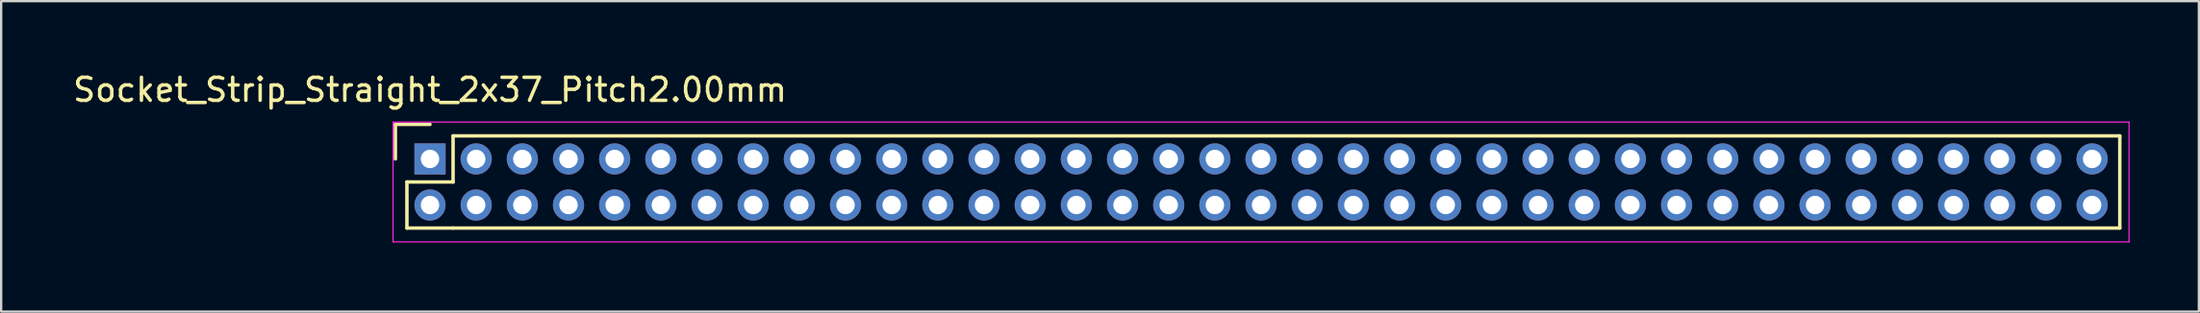
<source format=kicad_pcb>
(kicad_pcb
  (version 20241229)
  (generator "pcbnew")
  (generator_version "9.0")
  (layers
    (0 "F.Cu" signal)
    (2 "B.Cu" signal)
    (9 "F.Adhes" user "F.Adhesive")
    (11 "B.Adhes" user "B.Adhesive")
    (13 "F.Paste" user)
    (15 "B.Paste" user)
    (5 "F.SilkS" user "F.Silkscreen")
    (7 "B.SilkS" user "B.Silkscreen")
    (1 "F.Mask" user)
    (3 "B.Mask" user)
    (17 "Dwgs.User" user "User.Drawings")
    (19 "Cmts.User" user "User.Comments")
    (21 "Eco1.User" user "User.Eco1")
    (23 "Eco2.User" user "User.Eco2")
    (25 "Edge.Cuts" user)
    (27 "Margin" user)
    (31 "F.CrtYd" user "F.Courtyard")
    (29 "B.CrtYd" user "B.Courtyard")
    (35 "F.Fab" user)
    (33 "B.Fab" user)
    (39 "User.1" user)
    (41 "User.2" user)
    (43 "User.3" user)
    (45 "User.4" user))
  (footprint "Socket_Strip_Straight_2x37_Pitch2.00mm"
    (layer "F.Cu")
    (at 15.577 3.848)
    (property "Reference" "Socket_Strip_Straight_2x37_Pitch2.00mm" (at 0 -3 0) (layer "F.SilkS") (effects (font (size 1 1) (thickness 0.15))))
    (attr through_hole)
    (fp_line (start -1.5 -1.5) (end -1.5 0) (stroke (width 0.15) (type solid)) (layer "F.SilkS"))
    (fp_line (start -1 1) (end -1 3) (stroke (width 0.15) (type solid)) (layer "F.SilkS"))
    (fp_line (start -1 3) (end 1 3) (stroke (width 0.15) (type solid)) (layer "F.SilkS"))
    (fp_line (start 0 -1.5) (end -1.5 -1.5) (stroke (width 0.15) (type solid)) (layer "F.SilkS"))
    (fp_line (start 1 -1) (end 1 1) (stroke (width 0.15) (type solid)) (layer "F.SilkS"))
    (fp_line (start 1 1) (end -1 1) (stroke (width 0.15) (type solid)) (layer "F.SilkS"))
    (fp_line (start 1 3) (end 73.2 3) (stroke (width 0.15) (type solid)) (layer "F.SilkS"))
    (fp_line (start 73.2 -1) (end 1 -1) (stroke (width 0.15) (type solid)) (layer "F.SilkS"))
    (fp_line (start 73.2 3) (end 73.2 -1) (stroke (width 0.15) (type solid)) (layer "F.SilkS"))
    (fp_line (start -1.6 -1.6) (end -1.6 3.6) (stroke (width 0.05) (type solid)) (layer "F.CrtYd"))
    (fp_line (start -1.6 3.6) (end 73.6 3.6) (stroke (width 0.05) (type solid)) (layer "F.CrtYd"))
    (fp_line (start 73.6 -1.6) (end -1.6 -1.6) (stroke (width 0.05) (type solid)) (layer "F.CrtYd"))
    (fp_line (start 73.6 3.6) (end 73.6 -1.6) (stroke (width 0.05) (type solid)) (layer "F.CrtYd"))
    (pad "1" thru_hole rect (at 0 0) (size 1.35 1.35) (drill 0.8) (layers "*.Cu" "*.Mask"))
    (pad "2" thru_hole circle (at 0 2) (size 1.35 1.35) (drill 0.8) (layers "*.Cu" "*.Mask"))
    (pad "3" thru_hole circle (at 2 0) (size 1.35 1.35) (drill 0.8) (layers "*.Cu" "*.Mask"))
    (pad "4" thru_hole circle (at 2 2) (size 1.35 1.35) (drill 0.8) (layers "*.Cu" "*.Mask"))
    (pad "5" thru_hole circle (at 4 0) (size 1.35 1.35) (drill 0.8) (layers "*.Cu" "*.Mask"))
    (pad "6" thru_hole circle (at 4 2) (size 1.35 1.35) (drill 0.8) (layers "*.Cu" "*.Mask"))
    (pad "7" thru_hole circle (at 6 0) (size 1.35 1.35) (drill 0.8) (layers "*.Cu" "*.Mask"))
    (pad "8" thru_hole circle (at 6 2) (size 1.35 1.35) (drill 0.8) (layers "*.Cu" "*.Mask"))
    (pad "9" thru_hole circle (at 8 0) (size 1.35 1.35) (drill 0.8) (layers "*.Cu" "*.Mask"))
    (pad "10" thru_hole circle (at 8 2) (size 1.35 1.35) (drill 0.8) (layers "*.Cu" "*.Mask"))
    (pad "11" thru_hole circle (at 10 0) (size 1.35 1.35) (drill 0.8) (layers "*.Cu" "*.Mask"))
    (pad "12" thru_hole circle (at 10 2) (size 1.35 1.35) (drill 0.8) (layers "*.Cu" "*.Mask"))
    (pad "13" thru_hole circle (at 12 0) (size 1.35 1.35) (drill 0.8) (layers "*.Cu" "*.Mask"))
    (pad "14" thru_hole circle (at 12 2) (size 1.35 1.35) (drill 0.8) (layers "*.Cu" "*.Mask"))
    (pad "15" thru_hole circle (at 14 0) (size 1.35 1.35) (drill 0.8) (layers "*.Cu" "*.Mask"))
    (pad "16" thru_hole circle (at 14 2) (size 1.35 1.35) (drill 0.8) (layers "*.Cu" "*.Mask"))
    (pad "17" thru_hole circle (at 16 0) (size 1.35 1.35) (drill 0.8) (layers "*.Cu" "*.Mask"))
    (pad "18" thru_hole circle (at 16 2) (size 1.35 1.35) (drill 0.8) (layers "*.Cu" "*.Mask"))
    (pad "19" thru_hole circle (at 18 0) (size 1.35 1.35) (drill 0.8) (layers "*.Cu" "*.Mask"))
    (pad "20" thru_hole circle (at 18 2) (size 1.35 1.35) (drill 0.8) (layers "*.Cu" "*.Mask"))
    (pad "21" thru_hole circle (at 20 0) (size 1.35 1.35) (drill 0.8) (layers "*.Cu" "*.Mask"))
    (pad "22" thru_hole circle (at 20 2) (size 1.35 1.35) (drill 0.8) (layers "*.Cu" "*.Mask"))
    (pad "23" thru_hole circle (at 22 0) (size 1.35 1.35) (drill 0.8) (layers "*.Cu" "*.Mask"))
    (pad "24" thru_hole circle (at 22 2) (size 1.35 1.35) (drill 0.8) (layers "*.Cu" "*.Mask"))
    (pad "25" thru_hole circle (at 24 0) (size 1.35 1.35) (drill 0.8) (layers "*.Cu" "*.Mask"))
    (pad "26" thru_hole circle (at 24 2) (size 1.35 1.35) (drill 0.8) (layers "*.Cu" "*.Mask"))
    (pad "27" thru_hole circle (at 26 0) (size 1.35 1.35) (drill 0.8) (layers "*.Cu" "*.Mask"))
    (pad "28" thru_hole circle (at 26 2) (size 1.35 1.35) (drill 0.8) (layers "*.Cu" "*.Mask"))
    (pad "29" thru_hole circle (at 28 0) (size 1.35 1.35) (drill 0.8) (layers "*.Cu" "*.Mask"))
    (pad "30" thru_hole circle (at 28 2) (size 1.35 1.35) (drill 0.8) (layers "*.Cu" "*.Mask"))
    (pad "31" thru_hole circle (at 30 0) (size 1.35 1.35) (drill 0.8) (layers "*.Cu" "*.Mask"))
    (pad "32" thru_hole circle (at 30 2) (size 1.35 1.35) (drill 0.8) (layers "*.Cu" "*.Mask"))
    (pad "33" thru_hole circle (at 32 0) (size 1.35 1.35) (drill 0.8) (layers "*.Cu" "*.Mask"))
    (pad "34" thru_hole circle (at 32 2) (size 1.35 1.35) (drill 0.8) (layers "*.Cu" "*.Mask"))
    (pad "35" thru_hole circle (at 34 0) (size 1.35 1.35) (drill 0.8) (layers "*.Cu" "*.Mask"))
    (pad "36" thru_hole circle (at 34 2) (size 1.35 1.35) (drill 0.8) (layers "*.Cu" "*.Mask"))
    (pad "37" thru_hole circle (at 36 0) (size 1.35 1.35) (drill 0.8) (layers "*.Cu" "*.Mask"))
    (pad "38" thru_hole circle (at 36 2) (size 1.35 1.35) (drill 0.8) (layers "*.Cu" "*.Mask"))
    (pad "39" thru_hole circle (at 38 0) (size 1.35 1.35) (drill 0.8) (layers "*.Cu" "*.Mask"))
    (pad "40" thru_hole circle (at 38 2) (size 1.35 1.35) (drill 0.8) (layers "*.Cu" "*.Mask"))
    (pad "41" thru_hole circle (at 40 0) (size 1.35 1.35) (drill 0.8) (layers "*.Cu" "*.Mask"))
    (pad "42" thru_hole circle (at 40 2) (size 1.35 1.35) (drill 0.8) (layers "*.Cu" "*.Mask"))
    (pad "43" thru_hole circle (at 42 0) (size 1.35 1.35) (drill 0.8) (layers "*.Cu" "*.Mask"))
    (pad "44" thru_hole circle (at 42 2) (size 1.35 1.35) (drill 0.8) (layers "*.Cu" "*.Mask"))
    (pad "45" thru_hole circle (at 44 0) (size 1.35 1.35) (drill 0.8) (layers "*.Cu" "*.Mask"))
    (pad "46" thru_hole circle (at 44 2) (size 1.35 1.35) (drill 0.8) (layers "*.Cu" "*.Mask"))
    (pad "47" thru_hole circle (at 46 0) (size 1.35 1.35) (drill 0.8) (layers "*.Cu" "*.Mask"))
    (pad "48" thru_hole circle (at 46 2) (size 1.35 1.35) (drill 0.8) (layers "*.Cu" "*.Mask"))
    (pad "49" thru_hole circle (at 48 0) (size 1.35 1.35) (drill 0.8) (layers "*.Cu" "*.Mask"))
    (pad "50" thru_hole circle (at 48 2) (size 1.35 1.35) (drill 0.8) (layers "*.Cu" "*.Mask"))
    (pad "51" thru_hole circle (at 50 0) (size 1.35 1.35) (drill 0.8) (layers "*.Cu" "*.Mask"))
    (pad "52" thru_hole circle (at 50 2) (size 1.35 1.35) (drill 0.8) (layers "*.Cu" "*.Mask"))
    (pad "53" thru_hole circle (at 52 0) (size 1.35 1.35) (drill 0.8) (layers "*.Cu" "*.Mask"))
    (pad "54" thru_hole circle (at 52 2) (size 1.35 1.35) (drill 0.8) (layers "*.Cu" "*.Mask"))
    (pad "55" thru_hole circle (at 54 0) (size 1.35 1.35) (drill 0.8) (layers "*.Cu" "*.Mask"))
    (pad "56" thru_hole circle (at 54 2) (size 1.35 1.35) (drill 0.8) (layers "*.Cu" "*.Mask"))
    (pad "57" thru_hole circle (at 56 0) (size 1.35 1.35) (drill 0.8) (layers "*.Cu" "*.Mask"))
    (pad "58" thru_hole circle (at 56 2) (size 1.35 1.35) (drill 0.8) (layers "*.Cu" "*.Mask"))
    (pad "59" thru_hole circle (at 58 0) (size 1.35 1.35) (drill 0.8) (layers "*.Cu" "*.Mask"))
    (pad "60" thru_hole circle (at 58 2) (size 1.35 1.35) (drill 0.8) (layers "*.Cu" "*.Mask"))
    (pad "61" thru_hole circle (at 60 0) (size 1.35 1.35) (drill 0.8) (layers "*.Cu" "*.Mask"))
    (pad "62" thru_hole circle (at 60 2) (size 1.35 1.35) (drill 0.8) (layers "*.Cu" "*.Mask"))
    (pad "63" thru_hole circle (at 62 0) (size 1.35 1.35) (drill 0.8) (layers "*.Cu" "*.Mask"))
    (pad "64" thru_hole circle (at 62 2) (size 1.35 1.35) (drill 0.8) (layers "*.Cu" "*.Mask"))
    (pad "65" thru_hole circle (at 64 0) (size 1.35 1.35) (drill 0.8) (layers "*.Cu" "*.Mask"))
    (pad "66" thru_hole circle (at 64 2) (size 1.35 1.35) (drill 0.8) (layers "*.Cu" "*.Mask"))
    (pad "67" thru_hole circle (at 66 0) (size 1.35 1.35) (drill 0.8) (layers "*.Cu" "*.Mask"))
    (pad "68" thru_hole circle (at 66 2) (size 1.35 1.35) (drill 0.8) (layers "*.Cu" "*.Mask"))
    (pad "69" thru_hole circle (at 68 0) (size 1.35 1.35) (drill 0.8) (layers "*.Cu" "*.Mask"))
    (pad "70" thru_hole circle (at 68 2) (size 1.35 1.35) (drill 0.8) (layers "*.Cu" "*.Mask"))
    (pad "71" thru_hole circle (at 70 0) (size 1.35 1.35) (drill 0.8) (layers "*.Cu" "*.Mask"))
    (pad "72" thru_hole circle (at 70 2) (size 1.35 1.35) (drill 0.8) (layers "*.Cu" "*.Mask"))
    (pad "73" thru_hole circle (at 72 0) (size 1.35 1.35) (drill 0.8) (layers "*.Cu" "*.Mask"))
    (pad "74" thru_hole circle (at 72 2) (size 1.35 1.35) (drill 0.8) (layers "*.Cu" "*.Mask")))
  (gr_rect
    (start -3 -3)
    (end 92.202 10.473)
    (stroke (width 0.1) (type default))
    (fill no)
    (layer "Edge.Cuts")))
</source>
